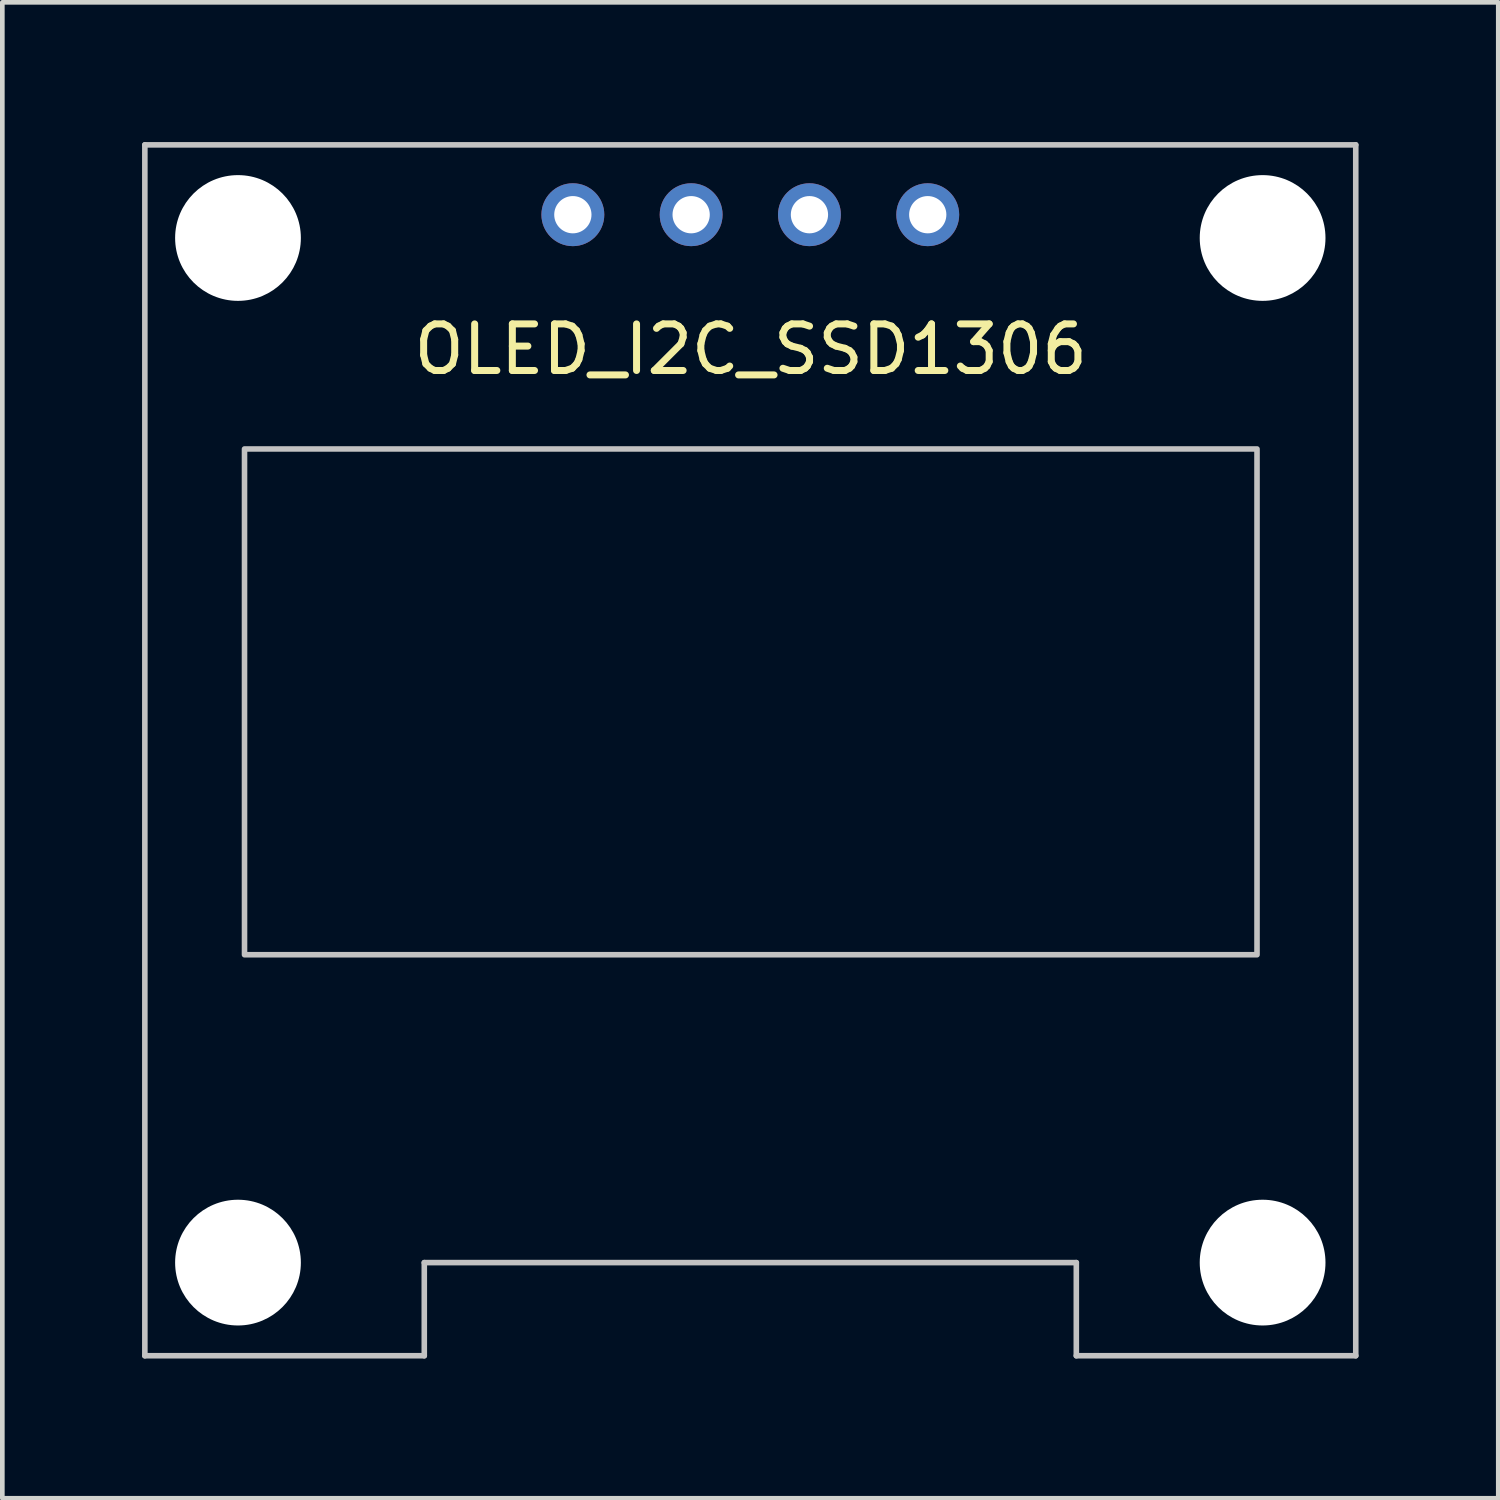
<source format=kicad_pcb>
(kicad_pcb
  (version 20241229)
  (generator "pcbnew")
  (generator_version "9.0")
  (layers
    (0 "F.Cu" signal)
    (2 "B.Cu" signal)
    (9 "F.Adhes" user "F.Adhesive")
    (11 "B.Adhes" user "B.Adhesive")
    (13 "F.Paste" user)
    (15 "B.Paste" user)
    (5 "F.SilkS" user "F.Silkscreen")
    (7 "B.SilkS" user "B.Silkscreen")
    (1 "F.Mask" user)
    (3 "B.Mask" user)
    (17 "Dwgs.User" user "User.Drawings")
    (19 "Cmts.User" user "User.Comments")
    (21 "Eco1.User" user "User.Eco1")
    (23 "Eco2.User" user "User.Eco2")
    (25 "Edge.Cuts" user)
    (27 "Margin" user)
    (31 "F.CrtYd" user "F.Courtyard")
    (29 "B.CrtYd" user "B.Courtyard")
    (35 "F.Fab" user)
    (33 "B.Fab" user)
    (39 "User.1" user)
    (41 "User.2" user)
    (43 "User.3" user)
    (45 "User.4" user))
  (footprint "OLED_I2C_SSD1306"
    (layer "F.Cu")
    (at 13.07 11.45)
    (property "Reference" "OLED_I2C_SSD1306" (at 0 -7 0) (layer "F.SilkS") (effects (font (size 1 1) (thickness 0.15))))
    (attr through_hole)
    (fp_line (start -13.01 -11.39) (end -13.01 14.61) (stroke (width 0.12) (type solid)) (layer "Dwgs.User"))
    (fp_line (start -13.01 14.61) (end -7.01 14.61) (stroke (width 0.12) (type solid)) (layer "Dwgs.User"))
    (fp_line (start -7.01 12.61) (end 6.99 12.61) (stroke (width 0.12) (type solid)) (layer "Dwgs.User"))
    (fp_line (start -7.01 14.61) (end -7.01 12.61) (stroke (width 0.12) (type solid)) (layer "Dwgs.User"))
    (fp_line (start 6.99 12.61) (end 6.99 14.61) (stroke (width 0.12) (type solid)) (layer "Dwgs.User"))
    (fp_line (start 6.99 14.61) (end 12.99 14.61) (stroke (width 0.12) (type solid)) (layer "Dwgs.User"))
    (fp_line (start 12.99 -11.39) (end -13.01 -11.39) (stroke (width 0.12) (type solid)) (layer "Dwgs.User"))
    (fp_line (start 12.99 14.61) (end 12.99 -11.39) (stroke (width 0.12) (type solid)) (layer "Dwgs.User"))
    (fp_rect (start -10.87 -4.86) (end 10.87 6) (stroke (width 0.12) (type solid)) (fill no) (layer "Dwgs.User"))
    (pad "" np_thru_hole circle (at -11.01 -9.39) (size 2.7 2.7) (drill 2.7) (layers "*.Cu" "*.Mask"))
    (pad "" np_thru_hole circle (at -11.01 12.61) (size 2.7 2.7) (drill 2.7) (layers "*.Cu" "*.Mask"))
    (pad "" np_thru_hole circle (at 10.99 -9.39) (size 2.7 2.7) (drill 2.7) (layers "*.Cu" "*.Mask"))
    (pad "" np_thru_hole circle (at 10.99 12.61) (size 2.7 2.7) (drill 2.7) (layers "*.Cu" "*.Mask"))
    (pad "1" thru_hole circle (at -3.82 -9.89) (size 1.35 1.35) (drill 0.8) (layers "*.Cu" "*.Mask"))
    (pad "2" thru_hole circle (at -1.28 -9.89) (size 1.35 1.35) (drill 0.8) (layers "*.Cu" "*.Mask"))
    (pad "3" thru_hole circle (at 1.26 -9.89) (size 1.35 1.35) (drill 0.8) (layers "*.Cu" "*.Mask"))
    (pad "4" thru_hole circle (at 3.8 -9.89) (size 1.35 1.35) (drill 0.8) (layers "*.Cu" "*.Mask")))
  (gr_rect
    (start -3 -3)
    (end 29.12 29.12)
    (stroke (width 0.1) (type default))
    (fill no)
    (layer "Edge.Cuts")))
</source>
